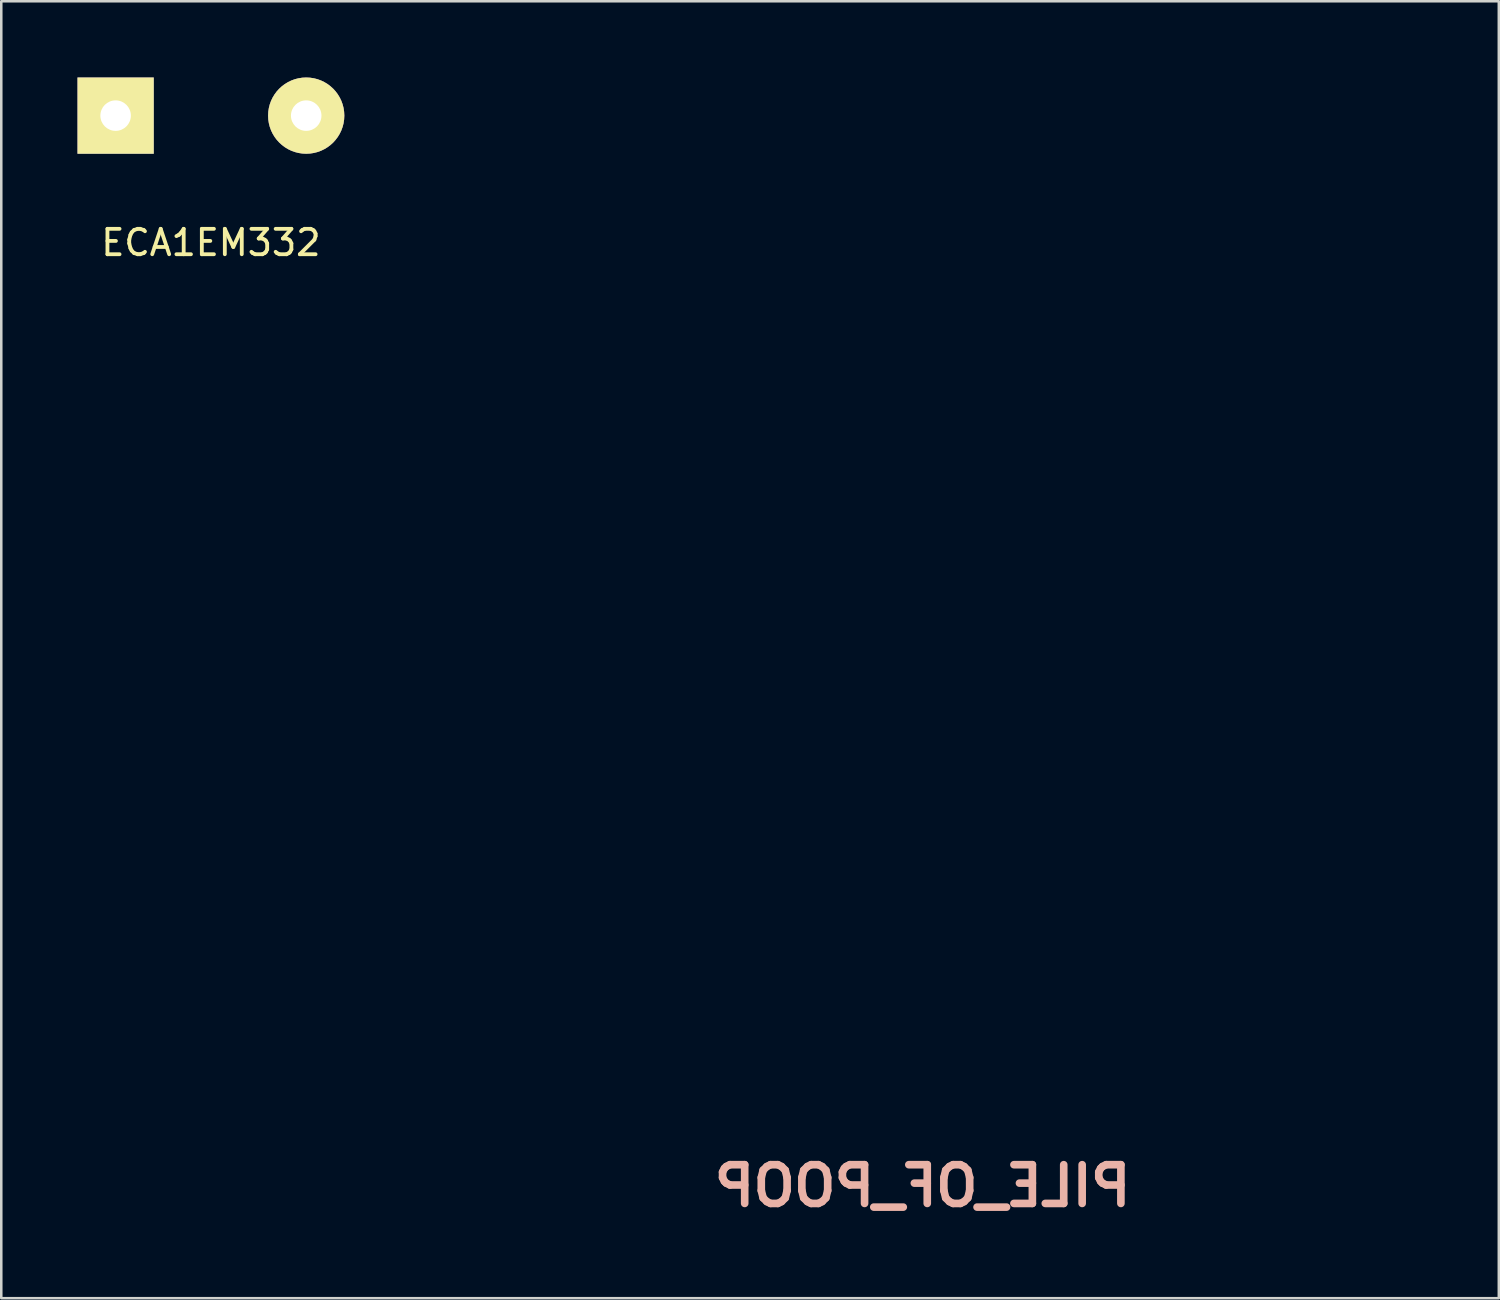
<source format=kicad_pcb>
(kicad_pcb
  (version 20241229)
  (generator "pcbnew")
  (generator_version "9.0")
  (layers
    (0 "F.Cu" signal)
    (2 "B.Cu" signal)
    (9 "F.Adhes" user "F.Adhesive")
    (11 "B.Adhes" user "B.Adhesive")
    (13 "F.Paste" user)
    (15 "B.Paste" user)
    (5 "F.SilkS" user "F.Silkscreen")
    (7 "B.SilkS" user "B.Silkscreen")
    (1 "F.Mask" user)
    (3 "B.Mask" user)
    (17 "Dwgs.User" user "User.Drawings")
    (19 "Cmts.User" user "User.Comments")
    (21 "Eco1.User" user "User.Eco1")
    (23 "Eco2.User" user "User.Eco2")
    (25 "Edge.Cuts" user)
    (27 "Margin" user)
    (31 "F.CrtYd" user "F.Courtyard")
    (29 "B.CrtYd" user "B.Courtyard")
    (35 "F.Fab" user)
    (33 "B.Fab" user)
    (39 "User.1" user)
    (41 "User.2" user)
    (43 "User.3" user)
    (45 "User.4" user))
  (footprint "PILE_OF_POOP"
    (layer "F.Cu")
    (at 33.259 21.119)
    (property "Reference" "PILE_OF_POOP" (at 0 22.5 0) (layer "B.SilkS") (effects (font (size 1.524 1.524) (thickness 0.3)) (justify mirror)))
    (attr through_hole)
    (fp_poly (pts (xy 1.637 20.972) (xy 2.836 20.392) (xy 4.349 19.296) (xy 4.855 18.872) (xy 6.965 16.628) (xy 8.533 13.975) (xy 9.167 12.363) (xy 9.769 10.772) (xy 10.305 9.811) (xy 10.822 9.414) (xy 11.183 9.431) (xy 11.746 9.302) (xy 12.525 8.736) (xy 13.4 7.879) (xy 14.251 6.874) (xy 14.958 5.866) (xy 15.4 5.002) (xy 15.456 4.425) (xy 15.406 4.352) (xy 15.37 3.908) (xy 15.502 3.565) (xy 15.623 2.853) (xy 15.552 1.753) (xy 15.324 0.545) (xy 15.028 -0.367) (xy 15.112 -0.879) (xy 15.771 -1.564) (xy 16.413 -2.047) (xy 17.26 -2.717) (xy 17.766 -3.26) (xy 17.835 -3.496) (xy 17.935 -3.863) (xy 18.192 -4.017) (xy 18.556 -4.367) (xy 18.522 -4.584) (xy 18.54 -4.911) (xy 18.663 -4.939) (xy 19.017 -5.259) (xy 19.328 -6.093) (xy 19.559 -7.245) (xy 19.669 -8.523) (xy 19.626 -9.68) (xy 19.092 -11.862) (xy 18.082 -14.015) (xy 16.739 -15.854) (xy 16.233 -16.357) (xy 15.186 -17.203) (xy 14.06 -17.957) (xy 13.017 -18.53) (xy 12.221 -18.829) (xy 11.862 -18.8) (xy 11.658 -18.847) (xy 11.642 -18.981) (xy 11.333 -19.285) (xy 10.557 -19.644) (xy 9.544 -19.986) (xy 8.52 -20.243) (xy 7.715 -20.343) (xy 7.413 -20.288) (xy 7.086 -20.333) (xy 7.056 -20.48) (xy 6.747 -20.749) (xy 5.982 -20.736) (xy 5.174 -20.711) (xy 4.728 -20.87) (xy 4.726 -20.873) (xy 4.309 -20.995) (xy 3.332 -21.075) (xy 1.942 -21.114) (xy 0.282 -21.114) (xy -1.501 -21.076) (xy -3.264 -21.002) (xy -4.861 -20.895) (xy -6.146 -20.755) (xy -6.262 -20.738) (xy -7.401 -20.514) (xy -8.197 -20.262) (xy -8.467 -20.057) (xy -8.686 -19.877) (xy -8.826 -19.936) (xy -9.386 -19.991) (xy -10.217 -19.809) (xy -11.038 -19.487) (xy -11.571 -19.121) (xy -11.642 -18.964) (xy -11.784 -18.747) (xy -11.862 -18.8) (xy -12.321 -18.805) (xy -13.166 -18.457) (xy -14.235 -17.848) (xy -15.365 -17.069) (xy -16.253 -16.339) (xy -17.004 -15.611) (xy -17.446 -15.083) (xy -17.501 -14.914) (xy -17.601 -14.584) (xy -18.002 -14.101) (xy -18.533 -13.284) (xy -19.052 -12.024) (xy -19.477 -10.579) (xy -19.686 -9.418) (xy -9.172 -9.418) (xy -8.913 -10.183) (xy -8.228 -11.209) (xy -7.251 -12.331) (xy -6.119 -13.385) (xy -5.524 -13.844) (xy -3.732 -14.746) (xy -1.559 -15.268) (xy 0.775 -15.397) (xy 3.048 -15.121) (xy 4.996 -14.45) (xy 6.448 -13.55) (xy 7.884 -12.372) (xy 9.079 -11.118) (xy 9.712 -10.195) (xy 10.007 -9.434) (xy 9.861 -8.828) (xy 9.663 -8.519) (xy 9.477 -8.285) (xy 9.229 -8.104) (xy 8.834 -7.971) (xy 8.205 -7.877) (xy 7.253 -7.817) (xy 5.893 -7.782) (xy 4.036 -7.766) (xy 1.597 -7.761) (xy 0.403 -7.761) (xy -2.442 -7.766) (xy -4.661 -7.788) (xy -6.329 -7.843) (xy -7.527 -7.942) (xy -8.33 -8.101) (xy -8.819 -8.331) (xy -9.07 -8.647) (xy -9.161 -9.063) (xy -9.172 -9.418) (xy -19.686 -9.418) (xy -19.723 -9.209) (xy -19.754 -8.667) (xy -19.66 -7.565) (xy -19.423 -6.441) (xy -19.108 -5.51) (xy -18.776 -4.986) (xy -18.66 -4.939) (xy -18.465 -4.721) (xy -18.522 -4.584) (xy -18.447 -4.18) (xy -18.192 -4.017) (xy -17.803 -3.707) (xy -17.809 -3.538) (xy -17.703 -3.133) (xy -17.278 -2.638) (xy -16.774 -2.275) (xy -16.581 -2.306) (xy -16.408 -2.3) (xy -16.063 -1.92) (xy -15.673 -1.507) (xy -15.533 -1.525) (xy -15.323 -1.544) (xy -14.959 -1.251) (xy -14.585 -0.504) (xy -14.594 -0.441) (xy -8.461 -0.441) (xy -8.422 -1.849) (xy -8.266 -2.744) (xy -7.924 -3.316) (xy -7.326 -3.757) (xy -7.232 -3.812) (xy -6.569 -4.14) (xy -6.081 -4.129) (xy -5.459 -3.733) (xy -5.163 -3.502) (xy -4.649 -3.021) (xy -4.369 -2.459) (xy -4.253 -1.595) (xy -4.234 -0.517) (xy 5.292 -0.517) (xy 5.316 -1.903) (xy 5.421 -2.767) (xy 5.65 -3.294) (xy 6.05 -3.666) (xy 6.076 -3.684) (xy 6.982 -4.163) (xy 7.743 -4.084) (xy 8.445 -3.616) (xy 8.838 -3.218) (xy 9.055 -2.701) (xy 9.132 -1.877) (xy 9.109 -0.559) (xy 9.101 -0.365) (xy 9.026 1.004) (xy 8.897 1.848) (xy 8.654 2.35) (xy 8.237 2.69) (xy 8.066 2.789) (xy 7.33 3.111) (xy 6.73 3.009) (xy 6.214 2.705) (xy 5.738 2.338) (xy 5.462 1.891) (xy 5.331 1.176) (xy 5.293 0.006) (xy 5.292 -0.517) (xy -4.234 -0.517) (xy -4.233 -0.504) (xy -4.408 1.31) (xy -4.931 2.512) (xy -5.806 3.106) (xy -6.35 3.175) (xy -7.394 2.869) (xy -8.088 1.956) (xy -8.426 0.443) (xy -8.461 -0.441) (xy -14.594 -0.441) (xy -14.647 -0.079) (xy -14.822 0.636) (xy -14.946 1.679) (xy -15.012 2.84) (xy -15.012 3.91) (xy -14.941 4.678) (xy -14.809 4.939) (xy -14.631 5.198) (xy -14.689 5.468) (xy -14.674 5.921) (xy -14.502 5.997) (xy -14.159 6.18) (xy -14.153 6.262) (xy -14.133 6.932) (xy -13.785 7.655) (xy -13.013 8.62) (xy -12.838 8.816) (xy -12.079 9.564) (xy -11.48 9.991) (xy -11.25 10.03) (xy -10.954 10.094) (xy -10.936 10.205) (xy -10.648 10.539) (xy -9.918 11.028) (xy -8.947 11.569) (xy -7.936 12.058) (xy -7.086 12.392) (xy -6.599 12.467) (xy -6.569 12.448) (xy -6.369 12.504) (xy -6.35 12.662) (xy -6.143 12.928) (xy -5.997 12.876) (xy -5.671 12.879) (xy -5.644 12.988) (xy -5.362 13.263) (xy -4.635 13.749) (xy -3.643 14.345) (xy -2.565 14.949) (xy -1.582 15.46) (xy -0.873 15.777) (xy -0.625 15.823) (xy -0.341 15.993) (xy 0.258 16.517) (xy 0.531 16.778) (xy 1.324 17.907) (xy 1.414 19.045) (xy 0.8 20.175) (xy 0.788 20.189) (xy 0.443 20.677) (xy 0.611 20.927) (xy 0.802 21.008) (xy 1.637 20.972)) (stroke (width 0.01) (type solid)) (fill yes) (layer "B.Mask")))
  (footprint "ECA1EM332"
    (layer "F.Cu")
    (at 5.25 1.5)
    (property "Reference" "ECA1EM332" (at 0 5 0) (layer "F.SilkS") (effects (font (size 1 1) (thickness 0.15))))
    (attr through_hole)
    (pad "1" thru_hole rect (at -3.75 0) (size 3 3) (drill 1.2) (layers "*.Cu" "*.Mask" "F.SilkS"))
    (pad "2" thru_hole circle (at 3.75 0) (size 3 3) (drill 1.2) (layers "*.Cu" "*.Mask" "F.SilkS")))
  (gr_rect
    (start -3 -3)
    (end 55.933 48.037)
    (stroke (width 0.1) (type default))
    (fill no)
    (layer "Edge.Cuts")))
</source>
